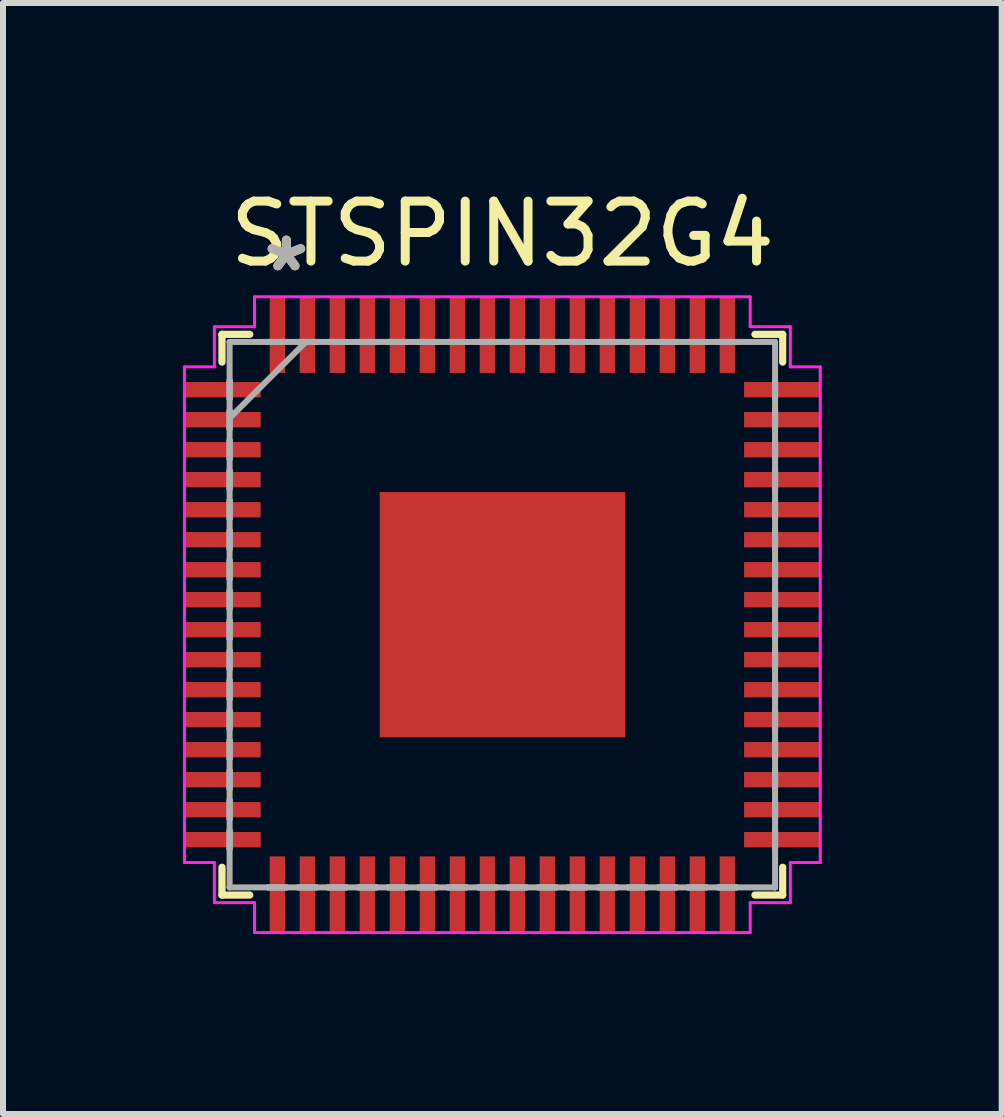
<source format=kicad_pcb>
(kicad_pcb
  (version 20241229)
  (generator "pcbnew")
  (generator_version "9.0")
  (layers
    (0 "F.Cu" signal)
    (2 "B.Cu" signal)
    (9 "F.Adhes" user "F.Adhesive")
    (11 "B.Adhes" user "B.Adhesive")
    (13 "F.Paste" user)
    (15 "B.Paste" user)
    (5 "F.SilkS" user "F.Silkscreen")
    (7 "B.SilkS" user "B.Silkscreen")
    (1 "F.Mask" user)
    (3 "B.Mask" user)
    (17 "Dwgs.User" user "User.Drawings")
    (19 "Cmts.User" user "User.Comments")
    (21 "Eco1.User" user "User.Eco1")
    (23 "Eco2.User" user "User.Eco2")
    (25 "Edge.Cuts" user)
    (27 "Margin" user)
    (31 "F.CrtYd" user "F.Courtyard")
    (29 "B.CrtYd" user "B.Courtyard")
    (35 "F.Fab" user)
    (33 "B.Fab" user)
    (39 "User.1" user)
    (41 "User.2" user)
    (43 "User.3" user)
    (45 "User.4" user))
  (footprint "STSPIN32G4"
    (layer "F.Cu")
    (at 5.325 7.198)
    (property "Reference" "STSPIN32G4" (at 0 -6.35 0) (layer "F.SilkS") (effects (font (size 1 1) (thickness 0.15))))
    (attr through_hole)
    (fp_line (start -4.674 -4.674) (end -4.674 -4.211) (stroke (width 0.12) (type solid)) (layer "F.SilkS"))
    (fp_line (start -4.674 4.211) (end -4.674 4.674) (stroke (width 0.12) (type solid)) (layer "F.SilkS"))
    (fp_line (start -4.674 4.674) (end -4.211 4.674) (stroke (width 0.12) (type solid)) (layer "F.SilkS"))
    (fp_line (start -4.211 -4.674) (end -4.674 -4.674) (stroke (width 0.12) (type solid)) (layer "F.SilkS"))
    (fp_line (start 4.211 4.674) (end 4.674 4.674) (stroke (width 0.12) (type solid)) (layer "F.SilkS"))
    (fp_line (start 4.674 -4.674) (end 4.211 -4.674) (stroke (width 0.12) (type solid)) (layer "F.SilkS"))
    (fp_line (start 4.674 -4.211) (end 4.674 -4.674) (stroke (width 0.12) (type solid)) (layer "F.SilkS"))
    (fp_line (start 4.674 4.674) (end 4.674 4.211) (stroke (width 0.12) (type solid)) (layer "F.SilkS"))
    (fp_poly (pts (xy -1.945 -1.945) (xy -1.945 -0.782) (xy -0.782 -0.782) (xy -0.782 -1.945)) (stroke (width 0.1) (type solid)) (fill yes) (layer "F.Paste"))
    (fp_poly (pts (xy -1.945 -0.582) (xy -1.945 0.582) (xy -0.782 0.582) (xy -0.782 -0.582)) (stroke (width 0.1) (type solid)) (fill yes) (layer "F.Paste"))
    (fp_poly (pts (xy -1.945 0.782) (xy -1.945 1.945) (xy -0.782 1.945) (xy -0.782 0.782)) (stroke (width 0.1) (type solid)) (fill yes) (layer "F.Paste"))
    (fp_poly (pts (xy -0.582 -1.945) (xy -0.582 -0.782) (xy 0.582 -0.782) (xy 0.582 -1.945)) (stroke (width 0.1) (type solid)) (fill yes) (layer "F.Paste"))
    (fp_poly (pts (xy -0.582 -0.582) (xy -0.582 0.582) (xy 0.582 0.582) (xy 0.582 -0.582)) (stroke (width 0.1) (type solid)) (fill yes) (layer "F.Paste"))
    (fp_poly (pts (xy -0.582 0.782) (xy -0.582 1.945) (xy 0.582 1.945) (xy 0.582 0.782)) (stroke (width 0.1) (type solid)) (fill yes) (layer "F.Paste"))
    (fp_poly (pts (xy 0.782 -1.945) (xy 0.782 -0.782) (xy 1.945 -0.782) (xy 1.945 -1.945)) (stroke (width 0.1) (type solid)) (fill yes) (layer "F.Paste"))
    (fp_poly (pts (xy 0.782 -0.582) (xy 0.782 0.582) (xy 1.945 0.582) (xy 1.945 -0.582)) (stroke (width 0.1) (type solid)) (fill yes) (layer "F.Paste"))
    (fp_poly (pts (xy 0.782 0.782) (xy 0.782 1.945) (xy 1.945 1.945) (xy 1.945 0.782)) (stroke (width 0.1) (type solid)) (fill yes) (layer "F.Paste"))
    (fp_line (start -5.3 -4.132) (end -4.801 -4.132) (stroke (width 0.05) (type solid)) (layer "F.CrtYd"))
    (fp_line (start -5.3 4.132) (end -5.3 -4.132) (stroke (width 0.05) (type solid)) (layer "F.CrtYd"))
    (fp_line (start -4.801 -4.801) (end -4.132 -4.801) (stroke (width 0.05) (type solid)) (layer "F.CrtYd"))
    (fp_line (start -4.801 -4.132) (end -4.801 -4.801) (stroke (width 0.05) (type solid)) (layer "F.CrtYd"))
    (fp_line (start -4.801 4.132) (end -5.3 4.132) (stroke (width 0.05) (type solid)) (layer "F.CrtYd"))
    (fp_line (start -4.801 4.801) (end -4.801 4.132) (stroke (width 0.05) (type solid)) (layer "F.CrtYd"))
    (fp_line (start -4.132 -5.3) (end 4.132 -5.3) (stroke (width 0.05) (type solid)) (layer "F.CrtYd"))
    (fp_line (start -4.132 -4.801) (end -4.132 -5.3) (stroke (width 0.05) (type solid)) (layer "F.CrtYd"))
    (fp_line (start -4.132 4.801) (end -4.801 4.801) (stroke (width 0.05) (type solid)) (layer "F.CrtYd"))
    (fp_line (start -4.132 5.3) (end -4.132 4.801) (stroke (width 0.05) (type solid)) (layer "F.CrtYd"))
    (fp_line (start 4.132 -5.3) (end 4.132 -4.801) (stroke (width 0.05) (type solid)) (layer "F.CrtYd"))
    (fp_line (start 4.132 -4.801) (end 4.801 -4.801) (stroke (width 0.05) (type solid)) (layer "F.CrtYd"))
    (fp_line (start 4.132 4.801) (end 4.132 5.3) (stroke (width 0.05) (type solid)) (layer "F.CrtYd"))
    (fp_line (start 4.132 5.3) (end -4.132 5.3) (stroke (width 0.05) (type solid)) (layer "F.CrtYd"))
    (fp_line (start 4.801 -4.801) (end 4.801 -4.132) (stroke (width 0.05) (type solid)) (layer "F.CrtYd"))
    (fp_line (start 4.801 -4.132) (end 5.3 -4.132) (stroke (width 0.05) (type solid)) (layer "F.CrtYd"))
    (fp_line (start 4.801 4.132) (end 4.801 4.801) (stroke (width 0.05) (type solid)) (layer "F.CrtYd"))
    (fp_line (start 4.801 4.801) (end 4.132 4.801) (stroke (width 0.05) (type solid)) (layer "F.CrtYd"))
    (fp_line (start 5.3 -4.132) (end 5.3 4.132) (stroke (width 0.05) (type solid)) (layer "F.CrtYd"))
    (fp_line (start 5.3 4.132) (end 4.801 4.132) (stroke (width 0.05) (type solid)) (layer "F.CrtYd"))
    (fp_line (start -4.547 -4.547) (end -4.547 -4.547) (stroke (width 0.1) (type solid)) (layer "F.Fab"))
    (fp_line (start -4.547 -4.547) (end -4.547 4.547) (stroke (width 0.1) (type solid)) (layer "F.Fab"))
    (fp_line (start -4.547 -3.903) (end -4.547 -3.903) (stroke (width 0.1) (type solid)) (layer "F.Fab"))
    (fp_line (start -4.547 -3.903) (end -4.547 -3.599) (stroke (width 0.1) (type solid)) (layer "F.Fab"))
    (fp_line (start -4.547 -3.599) (end -4.547 -3.903) (stroke (width 0.1) (type solid)) (layer "F.Fab"))
    (fp_line (start -4.547 -3.599) (end -4.547 -3.599) (stroke (width 0.1) (type solid)) (layer "F.Fab"))
    (fp_line (start -4.547 -3.403) (end -4.547 -3.403) (stroke (width 0.1) (type solid)) (layer "F.Fab"))
    (fp_line (start -4.547 -3.403) (end -4.547 -3.098) (stroke (width 0.1) (type solid)) (layer "F.Fab"))
    (fp_line (start -4.547 -3.277) (end -3.277 -4.547) (stroke (width 0.1) (type solid)) (layer "F.Fab"))
    (fp_line (start -4.547 -3.098) (end -4.547 -3.403) (stroke (width 0.1) (type solid)) (layer "F.Fab"))
    (fp_line (start -4.547 -3.098) (end -4.547 -3.098) (stroke (width 0.1) (type solid)) (layer "F.Fab"))
    (fp_line (start -4.547 -2.903) (end -4.547 -2.903) (stroke (width 0.1) (type solid)) (layer "F.Fab"))
    (fp_line (start -4.547 -2.903) (end -4.547 -2.598) (stroke (width 0.1) (type solid)) (layer "F.Fab"))
    (fp_line (start -4.547 -2.598) (end -4.547 -2.903) (stroke (width 0.1) (type solid)) (layer "F.Fab"))
    (fp_line (start -4.547 -2.598) (end -4.547 -2.598) (stroke (width 0.1) (type solid)) (layer "F.Fab"))
    (fp_line (start -4.547 -2.403) (end -4.547 -2.403) (stroke (width 0.1) (type solid)) (layer "F.Fab"))
    (fp_line (start -4.547 -2.403) (end -4.547 -2.098) (stroke (width 0.1) (type solid)) (layer "F.Fab"))
    (fp_line (start -4.547 -2.098) (end -4.547 -2.403) (stroke (width 0.1) (type solid)) (layer "F.Fab"))
    (fp_line (start -4.547 -2.098) (end -4.547 -2.098) (stroke (width 0.1) (type solid)) (layer "F.Fab"))
    (fp_line (start -4.547 -1.903) (end -4.547 -1.903) (stroke (width 0.1) (type solid)) (layer "F.Fab"))
    (fp_line (start -4.547 -1.903) (end -4.547 -1.598) (stroke (width 0.1) (type solid)) (layer "F.Fab"))
    (fp_line (start -4.547 -1.598) (end -4.547 -1.903) (stroke (width 0.1) (type solid)) (layer "F.Fab"))
    (fp_line (start -4.547 -1.598) (end -4.547 -1.598) (stroke (width 0.1) (type solid)) (layer "F.Fab"))
    (fp_line (start -4.547 -1.403) (end -4.547 -1.403) (stroke (width 0.1) (type solid)) (layer "F.Fab"))
    (fp_line (start -4.547 -1.403) (end -4.547 -1.098) (stroke (width 0.1) (type solid)) (layer "F.Fab"))
    (fp_line (start -4.547 -1.098) (end -4.547 -1.403) (stroke (width 0.1) (type solid)) (layer "F.Fab"))
    (fp_line (start -4.547 -1.098) (end -4.547 -1.098) (stroke (width 0.1) (type solid)) (layer "F.Fab"))
    (fp_line (start -4.547 -0.903) (end -4.547 -0.903) (stroke (width 0.1) (type solid)) (layer "F.Fab"))
    (fp_line (start -4.547 -0.903) (end -4.547 -0.598) (stroke (width 0.1) (type solid)) (layer "F.Fab"))
    (fp_line (start -4.547 -0.598) (end -4.547 -0.903) (stroke (width 0.1) (type solid)) (layer "F.Fab"))
    (fp_line (start -4.547 -0.598) (end -4.547 -0.598) (stroke (width 0.1) (type solid)) (layer "F.Fab"))
    (fp_line (start -4.547 -0.402) (end -4.547 -0.402) (stroke (width 0.1) (type solid)) (layer "F.Fab"))
    (fp_line (start -4.547 -0.402) (end -4.547 -0.098) (stroke (width 0.1) (type solid)) (layer "F.Fab"))
    (fp_line (start -4.547 -0.098) (end -4.547 -0.402) (stroke (width 0.1) (type solid)) (layer "F.Fab"))
    (fp_line (start -4.547 -0.098) (end -4.547 -0.098) (stroke (width 0.1) (type solid)) (layer "F.Fab"))
    (fp_line (start -4.547 0.098) (end -4.547 0.098) (stroke (width 0.1) (type solid)) (layer "F.Fab"))
    (fp_line (start -4.547 0.098) (end -4.547 0.402) (stroke (width 0.1) (type solid)) (layer "F.Fab"))
    (fp_line (start -4.547 0.402) (end -4.547 0.098) (stroke (width 0.1) (type solid)) (layer "F.Fab"))
    (fp_line (start -4.547 0.402) (end -4.547 0.402) (stroke (width 0.1) (type solid)) (layer "F.Fab"))
    (fp_line (start -4.547 0.598) (end -4.547 0.598) (stroke (width 0.1) (type solid)) (layer "F.Fab"))
    (fp_line (start -4.547 0.598) (end -4.547 0.903) (stroke (width 0.1) (type solid)) (layer "F.Fab"))
    (fp_line (start -4.547 0.903) (end -4.547 0.598) (stroke (width 0.1) (type solid)) (layer "F.Fab"))
    (fp_line (start -4.547 0.903) (end -4.547 0.903) (stroke (width 0.1) (type solid)) (layer "F.Fab"))
    (fp_line (start -4.547 1.098) (end -4.547 1.098) (stroke (width 0.1) (type solid)) (layer "F.Fab"))
    (fp_line (start -4.547 1.098) (end -4.547 1.403) (stroke (width 0.1) (type solid)) (layer "F.Fab"))
    (fp_line (start -4.547 1.403) (end -4.547 1.098) (stroke (width 0.1) (type solid)) (layer "F.Fab"))
    (fp_line (start -4.547 1.403) (end -4.547 1.403) (stroke (width 0.1) (type solid)) (layer "F.Fab"))
    (fp_line (start -4.547 1.598) (end -4.547 1.598) (stroke (width 0.1) (type solid)) (layer "F.Fab"))
    (fp_line (start -4.547 1.598) (end -4.547 1.903) (stroke (width 0.1) (type solid)) (layer "F.Fab"))
    (fp_line (start -4.547 1.903) (end -4.547 1.598) (stroke (width 0.1) (type solid)) (layer "F.Fab"))
    (fp_line (start -4.547 1.903) (end -4.547 1.903) (stroke (width 0.1) (type solid)) (layer "F.Fab"))
    (fp_line (start -4.547 2.098) (end -4.547 2.098) (stroke (width 0.1) (type solid)) (layer "F.Fab"))
    (fp_line (start -4.547 2.098) (end -4.547 2.403) (stroke (width 0.1) (type solid)) (layer "F.Fab"))
    (fp_line (start -4.547 2.403) (end -4.547 2.098) (stroke (width 0.1) (type solid)) (layer "F.Fab"))
    (fp_line (start -4.547 2.403) (end -4.547 2.403) (stroke (width 0.1) (type solid)) (layer "F.Fab"))
    (fp_line (start -4.547 2.598) (end -4.547 2.598) (stroke (width 0.1) (type solid)) (layer "F.Fab"))
    (fp_line (start -4.547 2.598) (end -4.547 2.903) (stroke (width 0.1) (type solid)) (layer "F.Fab"))
    (fp_line (start -4.547 2.903) (end -4.547 2.598) (stroke (width 0.1) (type solid)) (layer "F.Fab"))
    (fp_line (start -4.547 2.903) (end -4.547 2.903) (stroke (width 0.1) (type solid)) (layer "F.Fab"))
    (fp_line (start -4.547 3.098) (end -4.547 3.098) (stroke (width 0.1) (type solid)) (layer "F.Fab"))
    (fp_line (start -4.547 3.098) (end -4.547 3.403) (stroke (width 0.1) (type solid)) (layer "F.Fab"))
    (fp_line (start -4.547 3.403) (end -4.547 3.098) (stroke (width 0.1) (type solid)) (layer "F.Fab"))
    (fp_line (start -4.547 3.403) (end -4.547 3.403) (stroke (width 0.1) (type solid)) (layer "F.Fab"))
    (fp_line (start -4.547 3.599) (end -4.547 3.599) (stroke (width 0.1) (type solid)) (layer "F.Fab"))
    (fp_line (start -4.547 3.599) (end -4.547 3.903) (stroke (width 0.1) (type solid)) (layer "F.Fab"))
    (fp_line (start -4.547 3.903) (end -4.547 3.599) (stroke (width 0.1) (type solid)) (layer "F.Fab"))
    (fp_line (start -4.547 3.903) (end -4.547 3.903) (stroke (width 0.1) (type solid)) (layer "F.Fab"))
    (fp_line (start -4.547 4.547) (end -4.547 4.547) (stroke (width 0.1) (type solid)) (layer "F.Fab"))
    (fp_line (start -4.547 4.547) (end 4.547 4.547) (stroke (width 0.1) (type solid)) (layer "F.Fab"))
    (fp_line (start -3.903 -4.547) (end -3.903 -4.547) (stroke (width 0.1) (type solid)) (layer "F.Fab"))
    (fp_line (start -3.903 -4.547) (end -3.599 -4.547) (stroke (width 0.1) (type solid)) (layer "F.Fab"))
    (fp_line (start -3.903 4.547) (end -3.903 4.547) (stroke (width 0.1) (type solid)) (layer "F.Fab"))
    (fp_line (start -3.903 4.547) (end -3.599 4.547) (stroke (width 0.1) (type solid)) (layer "F.Fab"))
    (fp_line (start -3.599 -4.547) (end -3.903 -4.547) (stroke (width 0.1) (type solid)) (layer "F.Fab"))
    (fp_line (start -3.599 -4.547) (end -3.599 -4.547) (stroke (width 0.1) (type solid)) (layer "F.Fab"))
    (fp_line (start -3.599 4.547) (end -3.903 4.547) (stroke (width 0.1) (type solid)) (layer "F.Fab"))
    (fp_line (start -3.599 4.547) (end -3.599 4.547) (stroke (width 0.1) (type solid)) (layer "F.Fab"))
    (fp_line (start -3.403 -4.547) (end -3.403 -4.547) (stroke (width 0.1) (type solid)) (layer "F.Fab"))
    (fp_line (start -3.403 -4.547) (end -3.098 -4.547) (stroke (width 0.1) (type solid)) (layer "F.Fab"))
    (fp_line (start -3.403 4.547) (end -3.403 4.547) (stroke (width 0.1) (type solid)) (layer "F.Fab"))
    (fp_line (start -3.403 4.547) (end -3.098 4.547) (stroke (width 0.1) (type solid)) (layer "F.Fab"))
    (fp_line (start -3.098 -4.547) (end -3.403 -4.547) (stroke (width 0.1) (type solid)) (layer "F.Fab"))
    (fp_line (start -3.098 -4.547) (end -3.098 -4.547) (stroke (width 0.1) (type solid)) (layer "F.Fab"))
    (fp_line (start -3.098 4.547) (end -3.403 4.547) (stroke (width 0.1) (type solid)) (layer "F.Fab"))
    (fp_line (start -3.098 4.547) (end -3.098 4.547) (stroke (width 0.1) (type solid)) (layer "F.Fab"))
    (fp_line (start -2.903 -4.547) (end -2.903 -4.547) (stroke (width 0.1) (type solid)) (layer "F.Fab"))
    (fp_line (start -2.903 -4.547) (end -2.598 -4.547) (stroke (width 0.1) (type solid)) (layer "F.Fab"))
    (fp_line (start -2.903 4.547) (end -2.903 4.547) (stroke (width 0.1) (type solid)) (layer "F.Fab"))
    (fp_line (start -2.903 4.547) (end -2.598 4.547) (stroke (width 0.1) (type solid)) (layer "F.Fab"))
    (fp_line (start -2.598 -4.547) (end -2.903 -4.547) (stroke (width 0.1) (type solid)) (layer "F.Fab"))
    (fp_line (start -2.598 -4.547) (end -2.598 -4.547) (stroke (width 0.1) (type solid)) (layer "F.Fab"))
    (fp_line (start -2.598 4.547) (end -2.903 4.547) (stroke (width 0.1) (type solid)) (layer "F.Fab"))
    (fp_line (start -2.598 4.547) (end -2.598 4.547) (stroke (width 0.1) (type solid)) (layer "F.Fab"))
    (fp_line (start -2.403 -4.547) (end -2.403 -4.547) (stroke (width 0.1) (type solid)) (layer "F.Fab"))
    (fp_line (start -2.403 -4.547) (end -2.098 -4.547) (stroke (width 0.1) (type solid)) (layer "F.Fab"))
    (fp_line (start -2.403 4.547) (end -2.403 4.547) (stroke (width 0.1) (type solid)) (layer "F.Fab"))
    (fp_line (start -2.403 4.547) (end -2.098 4.547) (stroke (width 0.1) (type solid)) (layer "F.Fab"))
    (fp_line (start -2.098 -4.547) (end -2.403 -4.547) (stroke (width 0.1) (type solid)) (layer "F.Fab"))
    (fp_line (start -2.098 -4.547) (end -2.098 -4.547) (stroke (width 0.1) (type solid)) (layer "F.Fab"))
    (fp_line (start -2.098 4.547) (end -2.403 4.547) (stroke (width 0.1) (type solid)) (layer "F.Fab"))
    (fp_line (start -2.098 4.547) (end -2.098 4.547) (stroke (width 0.1) (type solid)) (layer "F.Fab"))
    (fp_line (start -1.903 -4.547) (end -1.903 -4.547) (stroke (width 0.1) (type solid)) (layer "F.Fab"))
    (fp_line (start -1.903 -4.547) (end -1.598 -4.547) (stroke (width 0.1) (type solid)) (layer "F.Fab"))
    (fp_line (start -1.903 4.547) (end -1.903 4.547) (stroke (width 0.1) (type solid)) (layer "F.Fab"))
    (fp_line (start -1.903 4.547) (end -1.598 4.547) (stroke (width 0.1) (type solid)) (layer "F.Fab"))
    (fp_line (start -1.598 -4.547) (end -1.903 -4.547) (stroke (width 0.1) (type solid)) (layer "F.Fab"))
    (fp_line (start -1.598 -4.547) (end -1.598 -4.547) (stroke (width 0.1) (type solid)) (layer "F.Fab"))
    (fp_line (start -1.598 4.547) (end -1.903 4.547) (stroke (width 0.1) (type solid)) (layer "F.Fab"))
    (fp_line (start -1.598 4.547) (end -1.598 4.547) (stroke (width 0.1) (type solid)) (layer "F.Fab"))
    (fp_line (start -1.403 -4.547) (end -1.403 -4.547) (stroke (width 0.1) (type solid)) (layer "F.Fab"))
    (fp_line (start -1.403 -4.547) (end -1.098 -4.547) (stroke (width 0.1) (type solid)) (layer "F.Fab"))
    (fp_line (start -1.403 4.547) (end -1.403 4.547) (stroke (width 0.1) (type solid)) (layer "F.Fab"))
    (fp_line (start -1.403 4.547) (end -1.098 4.547) (stroke (width 0.1) (type solid)) (layer "F.Fab"))
    (fp_line (start -1.098 -4.547) (end -1.403 -4.547) (stroke (width 0.1) (type solid)) (layer "F.Fab"))
    (fp_line (start -1.098 -4.547) (end -1.098 -4.547) (stroke (width 0.1) (type solid)) (layer "F.Fab"))
    (fp_line (start -1.098 4.547) (end -1.403 4.547) (stroke (width 0.1) (type solid)) (layer "F.Fab"))
    (fp_line (start -1.098 4.547) (end -1.098 4.547) (stroke (width 0.1) (type solid)) (layer "F.Fab"))
    (fp_line (start -0.903 -4.547) (end -0.903 -4.547) (stroke (width 0.1) (type solid)) (layer "F.Fab"))
    (fp_line (start -0.903 -4.547) (end -0.598 -4.547) (stroke (width 0.1) (type solid)) (layer "F.Fab"))
    (fp_line (start -0.903 4.547) (end -0.903 4.547) (stroke (width 0.1) (type solid)) (layer "F.Fab"))
    (fp_line (start -0.903 4.547) (end -0.598 4.547) (stroke (width 0.1) (type solid)) (layer "F.Fab"))
    (fp_line (start -0.598 -4.547) (end -0.903 -4.547) (stroke (width 0.1) (type solid)) (layer "F.Fab"))
    (fp_line (start -0.598 -4.547) (end -0.598 -4.547) (stroke (width 0.1) (type solid)) (layer "F.Fab"))
    (fp_line (start -0.598 4.547) (end -0.903 4.547) (stroke (width 0.1) (type solid)) (layer "F.Fab"))
    (fp_line (start -0.598 4.547) (end -0.598 4.547) (stroke (width 0.1) (type solid)) (layer "F.Fab"))
    (fp_line (start -0.402 -4.547) (end -0.402 -4.547) (stroke (width 0.1) (type solid)) (layer "F.Fab"))
    (fp_line (start -0.402 -4.547) (end -0.098 -4.547) (stroke (width 0.1) (type solid)) (layer "F.Fab"))
    (fp_line (start -0.402 4.547) (end -0.402 4.547) (stroke (width 0.1) (type solid)) (layer "F.Fab"))
    (fp_line (start -0.402 4.547) (end -0.098 4.547) (stroke (width 0.1) (type solid)) (layer "F.Fab"))
    (fp_line (start -0.098 -4.547) (end -0.402 -4.547) (stroke (width 0.1) (type solid)) (layer "F.Fab"))
    (fp_line (start -0.098 -4.547) (end -0.098 -4.547) (stroke (width 0.1) (type solid)) (layer "F.Fab"))
    (fp_line (start -0.098 4.547) (end -0.402 4.547) (stroke (width 0.1) (type solid)) (layer "F.Fab"))
    (fp_line (start -0.098 4.547) (end -0.098 4.547) (stroke (width 0.1) (type solid)) (layer "F.Fab"))
    (fp_line (start 0.098 -4.547) (end 0.098 -4.547) (stroke (width 0.1) (type solid)) (layer "F.Fab"))
    (fp_line (start 0.098 -4.547) (end 0.402 -4.547) (stroke (width 0.1) (type solid)) (layer "F.Fab"))
    (fp_line (start 0.098 4.547) (end 0.098 4.547) (stroke (width 0.1) (type solid)) (layer "F.Fab"))
    (fp_line (start 0.098 4.547) (end 0.402 4.547) (stroke (width 0.1) (type solid)) (layer "F.Fab"))
    (fp_line (start 0.402 -4.547) (end 0.098 -4.547) (stroke (width 0.1) (type solid)) (layer "F.Fab"))
    (fp_line (start 0.402 -4.547) (end 0.402 -4.547) (stroke (width 0.1) (type solid)) (layer "F.Fab"))
    (fp_line (start 0.402 4.547) (end 0.098 4.547) (stroke (width 0.1) (type solid)) (layer "F.Fab"))
    (fp_line (start 0.402 4.547) (end 0.402 4.547) (stroke (width 0.1) (type solid)) (layer "F.Fab"))
    (fp_line (start 0.598 -4.547) (end 0.598 -4.547) (stroke (width 0.1) (type solid)) (layer "F.Fab"))
    (fp_line (start 0.598 -4.547) (end 0.903 -4.547) (stroke (width 0.1) (type solid)) (layer "F.Fab"))
    (fp_line (start 0.598 4.547) (end 0.598 4.547) (stroke (width 0.1) (type solid)) (layer "F.Fab"))
    (fp_line (start 0.598 4.547) (end 0.903 4.547) (stroke (width 0.1) (type solid)) (layer "F.Fab"))
    (fp_line (start 0.903 -4.547) (end 0.598 -4.547) (stroke (width 0.1) (type solid)) (layer "F.Fab"))
    (fp_line (start 0.903 -4.547) (end 0.903 -4.547) (stroke (width 0.1) (type solid)) (layer "F.Fab"))
    (fp_line (start 0.903 4.547) (end 0.598 4.547) (stroke (width 0.1) (type solid)) (layer "F.Fab"))
    (fp_line (start 0.903 4.547) (end 0.903 4.547) (stroke (width 0.1) (type solid)) (layer "F.Fab"))
    (fp_line (start 1.098 -4.547) (end 1.098 -4.547) (stroke (width 0.1) (type solid)) (layer "F.Fab"))
    (fp_line (start 1.098 -4.547) (end 1.403 -4.547) (stroke (width 0.1) (type solid)) (layer "F.Fab"))
    (fp_line (start 1.098 4.547) (end 1.098 4.547) (stroke (width 0.1) (type solid)) (layer "F.Fab"))
    (fp_line (start 1.098 4.547) (end 1.403 4.547) (stroke (width 0.1) (type solid)) (layer "F.Fab"))
    (fp_line (start 1.403 -4.547) (end 1.098 -4.547) (stroke (width 0.1) (type solid)) (layer "F.Fab"))
    (fp_line (start 1.403 -4.547) (end 1.403 -4.547) (stroke (width 0.1) (type solid)) (layer "F.Fab"))
    (fp_line (start 1.403 4.547) (end 1.098 4.547) (stroke (width 0.1) (type solid)) (layer "F.Fab"))
    (fp_line (start 1.403 4.547) (end 1.403 4.547) (stroke (width 0.1) (type solid)) (layer "F.Fab"))
    (fp_line (start 1.598 -4.547) (end 1.598 -4.547) (stroke (width 0.1) (type solid)) (layer "F.Fab"))
    (fp_line (start 1.598 -4.547) (end 1.903 -4.547) (stroke (width 0.1) (type solid)) (layer "F.Fab"))
    (fp_line (start 1.598 4.547) (end 1.598 4.547) (stroke (width 0.1) (type solid)) (layer "F.Fab"))
    (fp_line (start 1.598 4.547) (end 1.903 4.547) (stroke (width 0.1) (type solid)) (layer "F.Fab"))
    (fp_line (start 1.903 -4.547) (end 1.598 -4.547) (stroke (width 0.1) (type solid)) (layer "F.Fab"))
    (fp_line (start 1.903 -4.547) (end 1.903 -4.547) (stroke (width 0.1) (type solid)) (layer "F.Fab"))
    (fp_line (start 1.903 4.547) (end 1.598 4.547) (stroke (width 0.1) (type solid)) (layer "F.Fab"))
    (fp_line (start 1.903 4.547) (end 1.903 4.547) (stroke (width 0.1) (type solid)) (layer "F.Fab"))
    (fp_line (start 2.098 -4.547) (end 2.098 -4.547) (stroke (width 0.1) (type solid)) (layer "F.Fab"))
    (fp_line (start 2.098 -4.547) (end 2.403 -4.547) (stroke (width 0.1) (type solid)) (layer "F.Fab"))
    (fp_line (start 2.098 4.547) (end 2.098 4.547) (stroke (width 0.1) (type solid)) (layer "F.Fab"))
    (fp_line (start 2.098 4.547) (end 2.403 4.547) (stroke (width 0.1) (type solid)) (layer "F.Fab"))
    (fp_line (start 2.403 -4.547) (end 2.098 -4.547) (stroke (width 0.1) (type solid)) (layer "F.Fab"))
    (fp_line (start 2.403 -4.547) (end 2.403 -4.547) (stroke (width 0.1) (type solid)) (layer "F.Fab"))
    (fp_line (start 2.403 4.547) (end 2.098 4.547) (stroke (width 0.1) (type solid)) (layer "F.Fab"))
    (fp_line (start 2.403 4.547) (end 2.403 4.547) (stroke (width 0.1) (type solid)) (layer "F.Fab"))
    (fp_line (start 2.598 -4.547) (end 2.598 -4.547) (stroke (width 0.1) (type solid)) (layer "F.Fab"))
    (fp_line (start 2.598 -4.547) (end 2.903 -4.547) (stroke (width 0.1) (type solid)) (layer "F.Fab"))
    (fp_line (start 2.598 4.547) (end 2.598 4.547) (stroke (width 0.1) (type solid)) (layer "F.Fab"))
    (fp_line (start 2.598 4.547) (end 2.903 4.547) (stroke (width 0.1) (type solid)) (layer "F.Fab"))
    (fp_line (start 2.903 -4.547) (end 2.598 -4.547) (stroke (width 0.1) (type solid)) (layer "F.Fab"))
    (fp_line (start 2.903 -4.547) (end 2.903 -4.547) (stroke (width 0.1) (type solid)) (layer "F.Fab"))
    (fp_line (start 2.903 4.547) (end 2.598 4.547) (stroke (width 0.1) (type solid)) (layer "F.Fab"))
    (fp_line (start 2.903 4.547) (end 2.903 4.547) (stroke (width 0.1) (type solid)) (layer "F.Fab"))
    (fp_line (start 3.098 -4.547) (end 3.098 -4.547) (stroke (width 0.1) (type solid)) (layer "F.Fab"))
    (fp_line (start 3.098 -4.547) (end 3.403 -4.547) (stroke (width 0.1) (type solid)) (layer "F.Fab"))
    (fp_line (start 3.098 4.547) (end 3.098 4.547) (stroke (width 0.1) (type solid)) (layer "F.Fab"))
    (fp_line (start 3.098 4.547) (end 3.403 4.547) (stroke (width 0.1) (type solid)) (layer "F.Fab"))
    (fp_line (start 3.403 -4.547) (end 3.098 -4.547) (stroke (width 0.1) (type solid)) (layer "F.Fab"))
    (fp_line (start 3.403 -4.547) (end 3.403 -4.547) (stroke (width 0.1) (type solid)) (layer "F.Fab"))
    (fp_line (start 3.403 4.547) (end 3.098 4.547) (stroke (width 0.1) (type solid)) (layer "F.Fab"))
    (fp_line (start 3.403 4.547) (end 3.403 4.547) (stroke (width 0.1) (type solid)) (layer "F.Fab"))
    (fp_line (start 3.599 -4.547) (end 3.599 -4.547) (stroke (width 0.1) (type solid)) (layer "F.Fab"))
    (fp_line (start 3.599 -4.547) (end 3.903 -4.547) (stroke (width 0.1) (type solid)) (layer "F.Fab"))
    (fp_line (start 3.599 4.547) (end 3.599 4.547) (stroke (width 0.1) (type solid)) (layer "F.Fab"))
    (fp_line (start 3.599 4.547) (end 3.903 4.547) (stroke (width 0.1) (type solid)) (layer "F.Fab"))
    (fp_line (start 3.903 -4.547) (end 3.599 -4.547) (stroke (width 0.1) (type solid)) (layer "F.Fab"))
    (fp_line (start 3.903 -4.547) (end 3.903 -4.547) (stroke (width 0.1) (type solid)) (layer "F.Fab"))
    (fp_line (start 3.903 4.547) (end 3.599 4.547) (stroke (width 0.1) (type solid)) (layer "F.Fab"))
    (fp_line (start 3.903 4.547) (end 3.903 4.547) (stroke (width 0.1) (type solid)) (layer "F.Fab"))
    (fp_line (start 4.547 -4.547) (end -4.547 -4.547) (stroke (width 0.1) (type solid)) (layer "F.Fab"))
    (fp_line (start 4.547 -4.547) (end 4.547 -4.547) (stroke (width 0.1) (type solid)) (layer "F.Fab"))
    (fp_line (start 4.547 -3.903) (end 4.547 -3.903) (stroke (width 0.1) (type solid)) (layer "F.Fab"))
    (fp_line (start 4.547 -3.903) (end 4.547 -3.599) (stroke (width 0.1) (type solid)) (layer "F.Fab"))
    (fp_line (start 4.547 -3.599) (end 4.547 -3.903) (stroke (width 0.1) (type solid)) (layer "F.Fab"))
    (fp_line (start 4.547 -3.599) (end 4.547 -3.599) (stroke (width 0.1) (type solid)) (layer "F.Fab"))
    (fp_line (start 4.547 -3.403) (end 4.547 -3.403) (stroke (width 0.1) (type solid)) (layer "F.Fab"))
    (fp_line (start 4.547 -3.403) (end 4.547 -3.098) (stroke (width 0.1) (type solid)) (layer "F.Fab"))
    (fp_line (start 4.547 -3.098) (end 4.547 -3.403) (stroke (width 0.1) (type solid)) (layer "F.Fab"))
    (fp_line (start 4.547 -3.098) (end 4.547 -3.098) (stroke (width 0.1) (type solid)) (layer "F.Fab"))
    (fp_line (start 4.547 -2.903) (end 4.547 -2.903) (stroke (width 0.1) (type solid)) (layer "F.Fab"))
    (fp_line (start 4.547 -2.903) (end 4.547 -2.598) (stroke (width 0.1) (type solid)) (layer "F.Fab"))
    (fp_line (start 4.547 -2.598) (end 4.547 -2.903) (stroke (width 0.1) (type solid)) (layer "F.Fab"))
    (fp_line (start 4.547 -2.598) (end 4.547 -2.598) (stroke (width 0.1) (type solid)) (layer "F.Fab"))
    (fp_line (start 4.547 -2.403) (end 4.547 -2.403) (stroke (width 0.1) (type solid)) (layer "F.Fab"))
    (fp_line (start 4.547 -2.403) (end 4.547 -2.098) (stroke (width 0.1) (type solid)) (layer "F.Fab"))
    (fp_line (start 4.547 -2.098) (end 4.547 -2.403) (stroke (width 0.1) (type solid)) (layer "F.Fab"))
    (fp_line (start 4.547 -2.098) (end 4.547 -2.098) (stroke (width 0.1) (type solid)) (layer "F.Fab"))
    (fp_line (start 4.547 -1.903) (end 4.547 -1.903) (stroke (width 0.1) (type solid)) (layer "F.Fab"))
    (fp_line (start 4.547 -1.903) (end 4.547 -1.598) (stroke (width 0.1) (type solid)) (layer "F.Fab"))
    (fp_line (start 4.547 -1.598) (end 4.547 -1.903) (stroke (width 0.1) (type solid)) (layer "F.Fab"))
    (fp_line (start 4.547 -1.598) (end 4.547 -1.598) (stroke (width 0.1) (type solid)) (layer "F.Fab"))
    (fp_line (start 4.547 -1.403) (end 4.547 -1.403) (stroke (width 0.1) (type solid)) (layer "F.Fab"))
    (fp_line (start 4.547 -1.403) (end 4.547 -1.098) (stroke (width 0.1) (type solid)) (layer "F.Fab"))
    (fp_line (start 4.547 -1.098) (end 4.547 -1.403) (stroke (width 0.1) (type solid)) (layer "F.Fab"))
    (fp_line (start 4.547 -1.098) (end 4.547 -1.098) (stroke (width 0.1) (type solid)) (layer "F.Fab"))
    (fp_line (start 4.547 -0.903) (end 4.547 -0.903) (stroke (width 0.1) (type solid)) (layer "F.Fab"))
    (fp_line (start 4.547 -0.903) (end 4.547 -0.598) (stroke (width 0.1) (type solid)) (layer "F.Fab"))
    (fp_line (start 4.547 -0.598) (end 4.547 -0.903) (stroke (width 0.1) (type solid)) (layer "F.Fab"))
    (fp_line (start 4.547 -0.598) (end 4.547 -0.598) (stroke (width 0.1) (type solid)) (layer "F.Fab"))
    (fp_line (start 4.547 -0.402) (end 4.547 -0.402) (stroke (width 0.1) (type solid)) (layer "F.Fab"))
    (fp_line (start 4.547 -0.402) (end 4.547 -0.098) (stroke (width 0.1) (type solid)) (layer "F.Fab"))
    (fp_line (start 4.547 -0.098) (end 4.547 -0.402) (stroke (width 0.1) (type solid)) (layer "F.Fab"))
    (fp_line (start 4.547 -0.098) (end 4.547 -0.098) (stroke (width 0.1) (type solid)) (layer "F.Fab"))
    (fp_line (start 4.547 0.098) (end 4.547 0.098) (stroke (width 0.1) (type solid)) (layer "F.Fab"))
    (fp_line (start 4.547 0.098) (end 4.547 0.402) (stroke (width 0.1) (type solid)) (layer "F.Fab"))
    (fp_line (start 4.547 0.402) (end 4.547 0.098) (stroke (width 0.1) (type solid)) (layer "F.Fab"))
    (fp_line (start 4.547 0.402) (end 4.547 0.402) (stroke (width 0.1) (type solid)) (layer "F.Fab"))
    (fp_line (start 4.547 0.598) (end 4.547 0.598) (stroke (width 0.1) (type solid)) (layer "F.Fab"))
    (fp_line (start 4.547 0.598) (end 4.547 0.903) (stroke (width 0.1) (type solid)) (layer "F.Fab"))
    (fp_line (start 4.547 0.903) (end 4.547 0.598) (stroke (width 0.1) (type solid)) (layer "F.Fab"))
    (fp_line (start 4.547 0.903) (end 4.547 0.903) (stroke (width 0.1) (type solid)) (layer "F.Fab"))
    (fp_line (start 4.547 1.098) (end 4.547 1.098) (stroke (width 0.1) (type solid)) (layer "F.Fab"))
    (fp_line (start 4.547 1.098) (end 4.547 1.403) (stroke (width 0.1) (type solid)) (layer "F.Fab"))
    (fp_line (start 4.547 1.403) (end 4.547 1.098) (stroke (width 0.1) (type solid)) (layer "F.Fab"))
    (fp_line (start 4.547 1.403) (end 4.547 1.403) (stroke (width 0.1) (type solid)) (layer "F.Fab"))
    (fp_line (start 4.547 1.598) (end 4.547 1.598) (stroke (width 0.1) (type solid)) (layer "F.Fab"))
    (fp_line (start 4.547 1.598) (end 4.547 1.903) (stroke (width 0.1) (type solid)) (layer "F.Fab"))
    (fp_line (start 4.547 1.903) (end 4.547 1.598) (stroke (width 0.1) (type solid)) (layer "F.Fab"))
    (fp_line (start 4.547 1.903) (end 4.547 1.903) (stroke (width 0.1) (type solid)) (layer "F.Fab"))
    (fp_line (start 4.547 2.098) (end 4.547 2.098) (stroke (width 0.1) (type solid)) (layer "F.Fab"))
    (fp_line (start 4.547 2.098) (end 4.547 2.403) (stroke (width 0.1) (type solid)) (layer "F.Fab"))
    (fp_line (start 4.547 2.403) (end 4.547 2.098) (stroke (width 0.1) (type solid)) (layer "F.Fab"))
    (fp_line (start 4.547 2.403) (end 4.547 2.403) (stroke (width 0.1) (type solid)) (layer "F.Fab"))
    (fp_line (start 4.547 2.598) (end 4.547 2.598) (stroke (width 0.1) (type solid)) (layer "F.Fab"))
    (fp_line (start 4.547 2.598) (end 4.547 2.903) (stroke (width 0.1) (type solid)) (layer "F.Fab"))
    (fp_line (start 4.547 2.903) (end 4.547 2.598) (stroke (width 0.1) (type solid)) (layer "F.Fab"))
    (fp_line (start 4.547 2.903) (end 4.547 2.903) (stroke (width 0.1) (type solid)) (layer "F.Fab"))
    (fp_line (start 4.547 3.098) (end 4.547 3.098) (stroke (width 0.1) (type solid)) (layer "F.Fab"))
    (fp_line (start 4.547 3.098) (end 4.547 3.403) (stroke (width 0.1) (type solid)) (layer "F.Fab"))
    (fp_line (start 4.547 3.403) (end 4.547 3.098) (stroke (width 0.1) (type solid)) (layer "F.Fab"))
    (fp_line (start 4.547 3.403) (end 4.547 3.403) (stroke (width 0.1) (type solid)) (layer "F.Fab"))
    (fp_line (start 4.547 3.599) (end 4.547 3.599) (stroke (width 0.1) (type solid)) (layer "F.Fab"))
    (fp_line (start 4.547 3.599) (end 4.547 3.903) (stroke (width 0.1) (type solid)) (layer "F.Fab"))
    (fp_line (start 4.547 3.903) (end 4.547 3.599) (stroke (width 0.1) (type solid)) (layer "F.Fab"))
    (fp_line (start 4.547 3.903) (end 4.547 3.903) (stroke (width 0.1) (type solid)) (layer "F.Fab"))
    (fp_line (start 4.547 4.547) (end 4.547 -4.547) (stroke (width 0.1) (type solid)) (layer "F.Fab"))
    (fp_line (start 4.547 4.547) (end 4.547 4.547) (stroke (width 0.1) (type solid)) (layer "F.Fab"))
    (fp_text user "*" (at -3.6 -5.7 0) (layer "F.SilkS") (effects (font (size 1 1) (thickness 0.15))))
    (fp_text user "*" (at -3.6 -5.7 0) (layer "F.Fab") (effects (font (size 1 1) (thickness 0.15))))
    (pad "1" smd rect (at -4.66 -3.751 90) (size 0.255 1.26) (layers "F.Cu" "F.Mask" "F.Paste"))
    (pad "2" smd rect (at -4.66 -3.251 90) (size 0.255 1.26) (layers "F.Cu" "F.Mask" "F.Paste"))
    (pad "3" smd rect (at -4.66 -2.751 90) (size 0.255 1.26) (layers "F.Cu" "F.Mask" "F.Paste"))
    (pad "4" smd rect (at -4.66 -2.251 90) (size 0.255 1.26) (layers "F.Cu" "F.Mask" "F.Paste"))
    (pad "5" smd rect (at -4.66 -1.75 90) (size 0.255 1.26) (layers "F.Cu" "F.Mask" "F.Paste"))
    (pad "6" smd rect (at -4.66 -1.25 90) (size 0.255 1.26) (layers "F.Cu" "F.Mask" "F.Paste"))
    (pad "7" smd rect (at -4.66 -0.75 90) (size 0.255 1.26) (layers "F.Cu" "F.Mask" "F.Paste"))
    (pad "8" smd rect (at -4.66 -0.25 90) (size 0.255 1.26) (layers "F.Cu" "F.Mask" "F.Paste"))
    (pad "9" smd rect (at -4.66 0.25 90) (size 0.255 1.26) (layers "F.Cu" "F.Mask" "F.Paste"))
    (pad "10" smd rect (at -4.66 0.75 90) (size 0.255 1.26) (layers "F.Cu" "F.Mask" "F.Paste"))
    (pad "11" smd rect (at -4.66 1.25 90) (size 0.255 1.26) (layers "F.Cu" "F.Mask" "F.Paste"))
    (pad "12" smd rect (at -4.66 1.75 90) (size 0.255 1.26) (layers "F.Cu" "F.Mask" "F.Paste"))
    (pad "13" smd rect (at -4.66 2.251 90) (size 0.255 1.26) (layers "F.Cu" "F.Mask" "F.Paste"))
    (pad "14" smd rect (at -4.66 2.751 90) (size 0.255 1.26) (layers "F.Cu" "F.Mask" "F.Paste"))
    (pad "15" smd rect (at -4.66 3.251 90) (size 0.255 1.26) (layers "F.Cu" "F.Mask" "F.Paste"))
    (pad "16" smd rect (at -4.66 3.751 90) (size 0.255 1.26) (layers "F.Cu" "F.Mask" "F.Paste"))
    (pad "17" smd rect (at -3.751 4.66) (size 0.255 1.26) (layers "F.Cu" "F.Mask" "F.Paste"))
    (pad "18" smd rect (at -3.251 4.66) (size 0.255 1.26) (layers "F.Cu" "F.Mask" "F.Paste"))
    (pad "19" smd rect (at -2.751 4.66) (size 0.255 1.26) (layers "F.Cu" "F.Mask" "F.Paste"))
    (pad "20" smd rect (at -2.251 4.66) (size 0.255 1.26) (layers "F.Cu" "F.Mask" "F.Paste"))
    (pad "21" smd rect (at -1.75 4.66) (size 0.255 1.26) (layers "F.Cu" "F.Mask" "F.Paste"))
    (pad "22" smd rect (at -1.25 4.66) (size 0.255 1.26) (layers "F.Cu" "F.Mask" "F.Paste"))
    (pad "23" smd rect (at -0.75 4.66) (size 0.255 1.26) (layers "F.Cu" "F.Mask" "F.Paste"))
    (pad "24" smd rect (at -0.25 4.66) (size 0.255 1.26) (layers "F.Cu" "F.Mask" "F.Paste"))
    (pad "25" smd rect (at 0.25 4.66) (size 0.255 1.26) (layers "F.Cu" "F.Mask" "F.Paste"))
    (pad "26" smd rect (at 0.75 4.66) (size 0.255 1.26) (layers "F.Cu" "F.Mask" "F.Paste"))
    (pad "27" smd rect (at 1.25 4.66) (size 0.255 1.26) (layers "F.Cu" "F.Mask" "F.Paste"))
    (pad "28" smd rect (at 1.75 4.66) (size 0.255 1.26) (layers "F.Cu" "F.Mask" "F.Paste"))
    (pad "29" smd rect (at 2.251 4.66) (size 0.255 1.26) (layers "F.Cu" "F.Mask" "F.Paste"))
    (pad "30" smd rect (at 2.751 4.66) (size 0.255 1.26) (layers "F.Cu" "F.Mask" "F.Paste"))
    (pad "31" smd rect (at 3.251 4.66) (size 0.255 1.26) (layers "F.Cu" "F.Mask" "F.Paste"))
    (pad "32" smd rect (at 3.751 4.66) (size 0.255 1.26) (layers "F.Cu" "F.Mask" "F.Paste"))
    (pad "33" smd rect (at 4.66 3.751 90) (size 0.255 1.26) (layers "F.Cu" "F.Mask" "F.Paste"))
    (pad "34" smd rect (at 4.66 3.251 90) (size 0.255 1.26) (layers "F.Cu" "F.Mask" "F.Paste"))
    (pad "35" smd rect (at 4.66 2.751 90) (size 0.255 1.26) (layers "F.Cu" "F.Mask" "F.Paste"))
    (pad "36" smd rect (at 4.66 2.251 90) (size 0.255 1.26) (layers "F.Cu" "F.Mask" "F.Paste"))
    (pad "37" smd rect (at 4.66 1.75 90) (size 0.255 1.26) (layers "F.Cu" "F.Mask" "F.Paste"))
    (pad "38" smd rect (at 4.66 1.25 90) (size 0.255 1.26) (layers "F.Cu" "F.Mask" "F.Paste"))
    (pad "39" smd rect (at 4.66 0.75 90) (size 0.255 1.26) (layers "F.Cu" "F.Mask" "F.Paste"))
    (pad "40" smd rect (at 4.66 0.25 90) (size 0.255 1.26) (layers "F.Cu" "F.Mask" "F.Paste"))
    (pad "41" smd rect (at 4.66 -0.25 90) (size 0.255 1.26) (layers "F.Cu" "F.Mask" "F.Paste"))
    (pad "42" smd rect (at 4.66 -0.75 90) (size 0.255 1.26) (layers "F.Cu" "F.Mask" "F.Paste"))
    (pad "43" smd rect (at 4.66 -1.25 90) (size 0.255 1.26) (layers "F.Cu" "F.Mask" "F.Paste"))
    (pad "44" smd rect (at 4.66 -1.75 90) (size 0.255 1.26) (layers "F.Cu" "F.Mask" "F.Paste"))
    (pad "45" smd rect (at 4.66 -2.251 90) (size 0.255 1.26) (layers "F.Cu" "F.Mask" "F.Paste"))
    (pad "46" smd rect (at 4.66 -2.751 90) (size 0.255 1.26) (layers "F.Cu" "F.Mask" "F.Paste"))
    (pad "47" smd rect (at 4.66 -3.251 90) (size 0.255 1.26) (layers "F.Cu" "F.Mask" "F.Paste"))
    (pad "48" smd rect (at 4.66 -3.751 90) (size 0.255 1.26) (layers "F.Cu" "F.Mask" "F.Paste"))
    (pad "49" smd rect (at 3.751 -4.66) (size 0.255 1.26) (layers "F.Cu" "F.Mask" "F.Paste"))
    (pad "50" smd rect (at 3.251 -4.66) (size 0.255 1.26) (layers "F.Cu" "F.Mask" "F.Paste"))
    (pad "51" smd rect (at 2.751 -4.66) (size 0.255 1.26) (layers "F.Cu" "F.Mask" "F.Paste"))
    (pad "52" smd rect (at 2.251 -4.66) (size 0.255 1.26) (layers "F.Cu" "F.Mask" "F.Paste"))
    (pad "53" smd rect (at 1.75 -4.66) (size 0.255 1.26) (layers "F.Cu" "F.Mask" "F.Paste"))
    (pad "54" smd rect (at 1.25 -4.66) (size 0.255 1.26) (layers "F.Cu" "F.Mask" "F.Paste"))
    (pad "55" smd rect (at 0.75 -4.66) (size 0.255 1.26) (layers "F.Cu" "F.Mask" "F.Paste"))
    (pad "56" smd rect (at 0.25 -4.66) (size 0.255 1.26) (layers "F.Cu" "F.Mask" "F.Paste"))
    (pad "57" smd rect (at -0.25 -4.66) (size 0.255 1.26) (layers "F.Cu" "F.Mask" "F.Paste"))
    (pad "58" smd rect (at -0.75 -4.66) (size 0.255 1.26) (layers "F.Cu" "F.Mask" "F.Paste"))
    (pad "59" smd rect (at -1.25 -4.66) (size 0.255 1.26) (layers "F.Cu" "F.Mask" "F.Paste"))
    (pad "60" smd rect (at -1.75 -4.66) (size 0.255 1.26) (layers "F.Cu" "F.Mask" "F.Paste"))
    (pad "61" smd rect (at -2.251 -4.66) (size 0.255 1.26) (layers "F.Cu" "F.Mask" "F.Paste"))
    (pad "62" smd rect (at -2.751 -4.66) (size 0.255 1.26) (layers "F.Cu" "F.Mask" "F.Paste"))
    (pad "63" smd rect (at -3.251 -4.66) (size 0.255 1.26) (layers "F.Cu" "F.Mask" "F.Paste"))
    (pad "64" smd rect (at -3.751 -4.66) (size 0.255 1.26) (layers "F.Cu" "F.Mask" "F.Paste"))
    (pad "65" smd rect (at 0 0) (size 4.089 4.089) (layers "F.Cu" "F.Mask")))
  (gr_rect
    (start -3 -3)
    (end 13.65 15.523)
    (stroke (width 0.1) (type default))
    (fill no)
    (layer "Edge.Cuts")))
</source>
